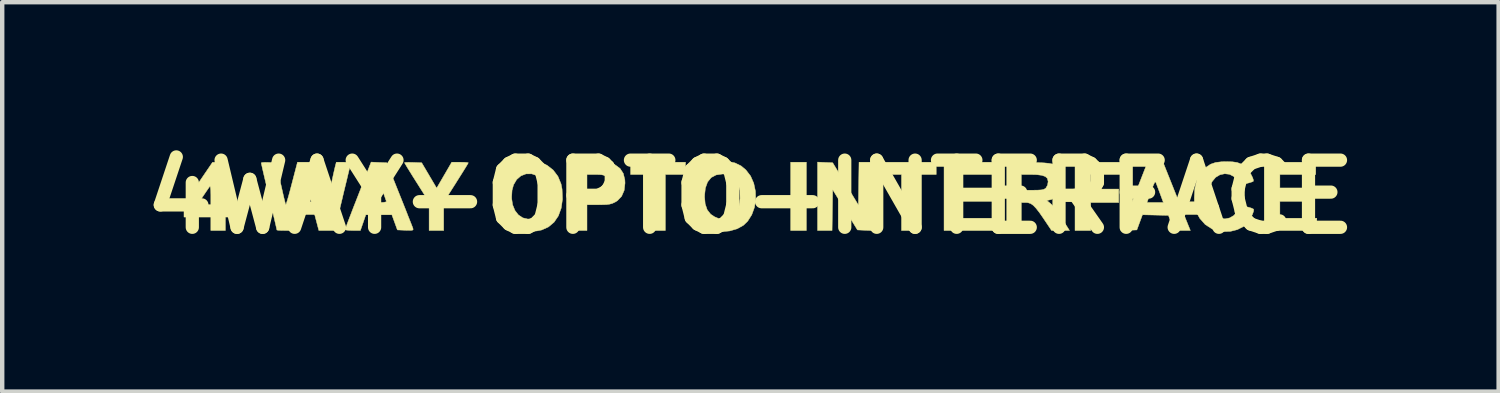
<source format=kicad_pcb>
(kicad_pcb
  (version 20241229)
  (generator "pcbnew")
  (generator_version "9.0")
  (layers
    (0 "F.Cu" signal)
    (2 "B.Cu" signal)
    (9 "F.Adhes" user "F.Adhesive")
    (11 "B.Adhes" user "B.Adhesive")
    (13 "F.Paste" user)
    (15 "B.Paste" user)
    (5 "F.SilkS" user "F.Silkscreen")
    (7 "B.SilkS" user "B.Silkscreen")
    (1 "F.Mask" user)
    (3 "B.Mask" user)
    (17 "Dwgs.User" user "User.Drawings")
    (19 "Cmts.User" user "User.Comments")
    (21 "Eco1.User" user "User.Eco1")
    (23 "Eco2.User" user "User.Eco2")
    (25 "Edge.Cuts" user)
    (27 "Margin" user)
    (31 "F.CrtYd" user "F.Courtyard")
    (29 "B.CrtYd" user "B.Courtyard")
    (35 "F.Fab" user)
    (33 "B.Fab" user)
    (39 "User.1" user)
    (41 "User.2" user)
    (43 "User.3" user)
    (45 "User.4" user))
  (footprint "4WAY-OPTO-INTERFACE"
    (layer "F.Cu")
    (at 13.977 1.418)
    (property "Reference" "4WAY-OPTO-INTERFACE" (at 0 0 0) (layer "F.SilkS") (effects (font (size 1.524 1.524) (thickness 0.3))))
    (attr through_hole)
    (fp_poly (pts (xy 1.27 0.762) (xy 0.914 0.762) (xy 0.914 -0.787) (xy 1.27 -0.787) (xy 1.27 0.762)) (stroke (width 0.01) (type solid)) (fill yes) (layer "F.SilkS"))
    (fp_poly (pts (xy -1.473 -0.508) (xy -1.93 -0.508) (xy -1.93 0.762) (xy -2.261 0.762) (xy -2.261 -0.508) (xy -2.718 -0.508) (xy -2.718 -0.787) (xy -1.473 -0.787) (xy -1.473 -0.508)) (stroke (width 0.01) (type solid)) (fill yes) (layer "F.SilkS"))
    (fp_poly (pts (xy 4.216 -0.508) (xy 3.759 -0.508) (xy 3.759 0.762) (xy 3.429 0.762) (xy 3.429 -0.508) (xy 2.972 -0.508) (xy 2.972 -0.787) (xy 4.216 -0.787) (xy 4.216 -0.508)) (stroke (width 0.01) (type solid)) (fill yes) (layer "F.SilkS"))
    (fp_poly (pts (xy 8.458 -0.508) (xy 7.722 -0.508) (xy 7.722 -0.178) (xy 8.357 -0.178) (xy 8.357 0.127) (xy 7.722 0.127) (xy 7.722 0.762) (xy 7.366 0.762) (xy 7.366 -0.787) (xy 8.458 -0.787) (xy 8.458 -0.508)) (stroke (width 0.01) (type solid)) (fill yes) (layer "F.SilkS"))
    (fp_poly (pts (xy 5.563 -0.508) (xy 4.724 -0.508) (xy 4.724 -0.203) (xy 5.486 -0.203) (xy 5.486 0.102) (xy 4.724 0.102) (xy 4.724 0.483) (xy 5.588 0.483) (xy 5.588 0.762) (xy 4.394 0.762) (xy 4.394 -0.787) (xy 5.563 -0.787) (xy 5.563 -0.508)) (stroke (width 0.01) (type solid)) (fill yes) (layer "F.SilkS"))
    (fp_poly (pts (xy 12.827 -0.508) (xy 12.014 -0.508) (xy 12.014 -0.203) (xy 12.776 -0.203) (xy 12.776 0.102) (xy 12.014 0.102) (xy 12.014 0.483) (xy 12.852 0.483) (xy 12.852 0.762) (xy 11.659 0.762) (xy 11.659 -0.787) (xy 12.827 -0.787) (xy 12.827 -0.508)) (stroke (width 0.01) (type solid)) (fill yes) (layer "F.SilkS"))
    (fp_poly (pts (xy 1.695 -0.782) (xy 1.867 -0.775) (xy 2.159 -0.295) (xy 2.451 0.185) (xy 2.465 -0.787) (xy 2.769 -0.787) (xy 2.769 0.764) (xy 2.599 0.757) (xy 2.429 0.749) (xy 2.148 0.292) (xy 1.867 -0.165) (xy 1.86 0.299) (xy 1.853 0.762) (xy 1.524 0.762) (xy 1.524 -0.79) (xy 1.695 -0.782)) (stroke (width 0.01) (type solid)) (fill yes) (layer "F.SilkS"))
    (fp_poly (pts (xy -6.498 -0.786) (xy -6.432 -0.781) (xy -6.401 -0.775) (xy -6.401 -0.774) (xy -6.414 -0.749) (xy -6.45 -0.689) (xy -6.506 -0.598) (xy -6.577 -0.485) (xy -6.659 -0.355) (xy -6.68 -0.321) (xy -6.96 0.119) (xy -6.96 0.762) (xy -7.29 0.762) (xy -7.29 0.12) (xy -7.569 -0.322) (xy -7.653 -0.455) (xy -7.727 -0.574) (xy -7.787 -0.671) (xy -7.828 -0.74) (xy -7.848 -0.774) (xy -7.849 -0.777) (xy -7.825 -0.782) (xy -7.763 -0.784) (xy -7.675 -0.783) (xy -7.654 -0.782) (xy -7.459 -0.775) (xy -7.289 -0.487) (xy -7.119 -0.199) (xy -6.948 -0.493) (xy -6.777 -0.787) (xy -6.589 -0.787) (xy -6.498 -0.786)) (stroke (width 0.01) (type solid)) (fill yes) (layer "F.SilkS"))
    (fp_poly (pts (xy -11.913 0.178) (xy -11.735 0.178) (xy -11.735 0.457) (xy -11.913 0.457) (xy -11.913 0.762) (xy -12.243 0.762) (xy -12.243 0.457) (xy -12.852 0.457) (xy -12.852 0.311) (xy -12.851 0.263) (xy -12.847 0.221) (xy -12.836 0.179) (xy -12.835 0.178) (xy -12.549 0.178) (xy -12.243 0.178) (xy -12.243 -0.043) (xy -12.245 -0.142) (xy -12.251 -0.211) (xy -12.26 -0.241) (xy -12.265 -0.24) (xy -12.288 -0.209) (xy -12.331 -0.147) (xy -12.388 -0.064) (xy -12.418 -0.019) (xy -12.549 0.178) (xy -12.835 0.178) (xy -12.814 0.129) (xy -12.778 0.065) (xy -12.724 -0.02) (xy -12.649 -0.132) (xy -12.55 -0.278) (xy -12.528 -0.31) (xy -12.205 -0.785) (xy -12.059 -0.786) (xy -11.913 -0.787) (xy -11.913 0.178)) (stroke (width 0.01) (type solid)) (fill yes) (layer "F.SilkS"))
    (fp_poly (pts (xy 9.639 -0.096) (xy 9.711 0.084) (xy 9.778 0.253) (xy 9.838 0.403) (xy 9.888 0.528) (xy 9.925 0.62) (xy 9.947 0.674) (xy 9.949 0.679) (xy 9.983 0.762) (xy 9.612 0.762) (xy 9.486 0.419) (xy 9.191 0.412) (xy 8.896 0.405) (xy 8.769 0.749) (xy 8.589 0.757) (xy 8.408 0.764) (xy 8.465 0.617) (xy 8.489 0.553) (xy 8.529 0.45) (xy 8.581 0.316) (xy 8.642 0.159) (xy 8.655 0.127) (xy 8.998 0.127) (xy 9.371 0.127) (xy 9.298 -0.07) (xy 9.261 -0.169) (xy 9.228 -0.256) (xy 9.206 -0.315) (xy 9.203 -0.323) (xy 9.191 -0.341) (xy 9.176 -0.332) (xy 9.154 -0.291) (xy 9.121 -0.211) (xy 9.09 -0.126) (xy 8.998 0.127) (xy 8.655 0.127) (xy 8.709 -0.011) (xy 8.764 -0.152) (xy 9.007 -0.775) (xy 9.362 -0.789) (xy 9.639 -0.096)) (stroke (width 0.01) (type solid)) (fill yes) (layer "F.SilkS"))
    (fp_poly (pts (xy -3.452 -0.787) (xy -3.334 -0.785) (xy -3.249 -0.78) (xy -3.187 -0.772) (xy -3.139 -0.759) (xy -3.096 -0.741) (xy -3.071 -0.728) (xy -2.957 -0.644) (xy -2.884 -0.532) (xy -2.849 -0.389) (xy -2.845 -0.315) (xy -2.864 -0.149) (xy -2.922 -0.015) (xy -3.018 0.086) (xy -3.072 0.119) (xy -3.132 0.147) (xy -3.193 0.164) (xy -3.269 0.174) (xy -3.376 0.177) (xy -3.446 0.178) (xy -3.708 0.178) (xy -3.708 0.762) (xy -4.039 0.762) (xy -4.039 -0.508) (xy -3.708 -0.508) (xy -3.708 -0.102) (xy -3.516 -0.102) (xy -3.415 -0.103) (xy -3.35 -0.111) (xy -3.305 -0.128) (xy -3.265 -0.16) (xy -3.249 -0.176) (xy -3.202 -0.236) (xy -3.176 -0.293) (xy -3.175 -0.305) (xy -3.192 -0.357) (xy -3.235 -0.419) (xy -3.249 -0.434) (xy -3.291 -0.472) (xy -3.333 -0.494) (xy -3.389 -0.505) (xy -3.476 -0.508) (xy -3.516 -0.508) (xy -3.708 -0.508) (xy -4.039 -0.508) (xy -4.039 -0.787) (xy -3.611 -0.787) (xy -3.452 -0.787)) (stroke (width 0.01) (type solid)) (fill yes) (layer "F.SilkS"))
    (fp_poly (pts (xy 6.318 -0.783) (xy 6.512 -0.779) (xy 6.663 -0.772) (xy 6.776 -0.761) (xy 6.86 -0.745) (xy 6.922 -0.72) (xy 6.968 -0.687) (xy 7.007 -0.641) (xy 7.031 -0.604) (xy 7.085 -0.477) (xy 7.099 -0.343) (xy 7.078 -0.213) (xy 7.025 -0.096) (xy 6.943 -0.004) (xy 6.836 0.056) (xy 6.804 0.064) (xy 6.724 0.082) (xy 6.801 0.143) (xy 6.85 0.189) (xy 6.91 0.262) (xy 6.985 0.367) (xy 7.079 0.509) (xy 7.172 0.654) (xy 7.24 0.762) (xy 6.834 0.762) (xy 6.657 0.498) (xy 6.561 0.359) (xy 6.483 0.259) (xy 6.418 0.191) (xy 6.358 0.15) (xy 6.298 0.131) (xy 6.245 0.127) (xy 6.147 0.127) (xy 6.147 0.762) (xy 5.817 0.762) (xy 5.817 -0.508) (xy 6.147 -0.508) (xy 6.147 -0.152) (xy 6.401 -0.152) (xy 6.521 -0.154) (xy 6.601 -0.159) (xy 6.653 -0.169) (xy 6.688 -0.188) (xy 6.706 -0.203) (xy 6.743 -0.268) (xy 6.756 -0.348) (xy 6.74 -0.417) (xy 6.737 -0.422) (xy 6.691 -0.463) (xy 6.614 -0.49) (xy 6.499 -0.505) (xy 6.377 -0.508) (xy 6.147 -0.508) (xy 5.817 -0.508) (xy 5.817 -0.791) (xy 6.318 -0.783)) (stroke (width 0.01) (type solid)) (fill yes) (layer "F.SilkS"))
    (fp_poly (pts (xy -0.513 -0.805) (xy -0.35 -0.771) (xy -0.211 -0.703) (xy -0.103 -0.613) (xy 0.004 -0.474) (xy 0.076 -0.31) (xy 0.114 -0.13) (xy 0.12 0.055) (xy 0.092 0.237) (xy 0.031 0.405) (xy -0.061 0.55) (xy -0.158 0.644) (xy -0.3 0.723) (xy -0.469 0.772) (xy -0.65 0.789) (xy -0.83 0.771) (xy -0.951 0.736) (xy -1.101 0.651) (xy -1.228 0.528) (xy -1.322 0.376) (xy -1.324 0.371) (xy -1.361 0.25) (xy -1.382 0.1) (xy -1.384 -0.012) (xy -1.041 -0.012) (xy -1.026 0.159) (xy -0.98 0.293) (xy -0.901 0.393) (xy -0.814 0.451) (xy -0.733 0.485) (xy -0.66 0.505) (xy -0.635 0.508) (xy -0.573 0.497) (xy -0.493 0.468) (xy -0.457 0.451) (xy -0.36 0.387) (xy -0.294 0.302) (xy -0.254 0.189) (xy -0.234 0.037) (xy -0.234 0.035) (xy -0.238 -0.148) (xy -0.277 -0.297) (xy -0.348 -0.409) (xy -0.45 -0.483) (xy -0.582 -0.518) (xy -0.633 -0.52) (xy -0.777 -0.499) (xy -0.89 -0.439) (xy -0.972 -0.338) (xy -1.022 -0.199) (xy -1.041 -0.021) (xy -1.041 -0.012) (xy -1.384 -0.012) (xy -1.386 -0.06) (xy -1.373 -0.214) (xy -1.344 -0.344) (xy -1.33 -0.382) (xy -1.232 -0.55) (xy -1.109 -0.675) (xy -0.959 -0.758) (xy -0.777 -0.801) (xy -0.709 -0.807) (xy -0.513 -0.805)) (stroke (width 0.01) (type solid)) (fill yes) (layer "F.SilkS"))
    (fp_poly (pts (xy -4.866 -0.805) (xy -4.784 -0.79) (xy -4.616 -0.719) (xy -4.475 -0.609) (xy -4.367 -0.466) (xy -4.296 -0.294) (xy -4.273 -0.175) (xy -4.264 0.052) (xy -4.293 0.254) (xy -4.357 0.43) (xy -4.455 0.574) (xy -4.584 0.682) (xy -4.735 0.75) (xy -4.839 0.771) (xy -4.966 0.782) (xy -5.095 0.784) (xy -5.208 0.775) (xy -5.258 0.764) (xy -5.398 0.7) (xy -5.529 0.603) (xy -5.638 0.485) (xy -5.711 0.358) (xy -5.718 0.341) (xy -5.738 0.251) (xy -5.749 0.129) (xy -5.752 0.023) (xy -5.419 0.023) (xy -5.396 0.178) (xy -5.343 0.308) (xy -5.265 0.408) (xy -5.165 0.475) (xy -5.048 0.503) (xy -4.919 0.488) (xy -4.839 0.457) (xy -4.734 0.386) (xy -4.663 0.288) (xy -4.623 0.156) (xy -4.61 -0.013) (xy -4.62 -0.175) (xy -4.653 -0.299) (xy -4.712 -0.393) (xy -4.802 -0.464) (xy -4.827 -0.478) (xy -4.962 -0.524) (xy -5.091 -0.523) (xy -5.207 -0.478) (xy -5.304 -0.394) (xy -5.374 -0.275) (xy -5.408 -0.152) (xy -5.419 0.023) (xy -5.752 0.023) (xy -5.753 -0.009) (xy -5.748 -0.147) (xy -5.735 -0.272) (xy -5.715 -0.366) (xy -5.706 -0.388) (xy -5.634 -0.508) (xy -5.533 -0.623) (xy -5.42 -0.715) (xy -5.374 -0.743) (xy -5.273 -0.778) (xy -5.142 -0.801) (xy -5 -0.81) (xy -4.866 -0.805)) (stroke (width 0.01) (type solid)) (fill yes) (layer "F.SilkS"))
    (fp_poly (pts (xy -8.428 -0.782) (xy -8.25 -0.775) (xy -7.96 -0.051) (xy -7.887 0.131) (xy -7.82 0.299) (xy -7.762 0.448) (xy -7.713 0.57) (xy -7.678 0.659) (xy -7.659 0.71) (xy -7.656 0.719) (xy -7.653 0.742) (xy -7.669 0.755) (xy -7.714 0.759) (xy -7.798 0.758) (xy -7.825 0.757) (xy -8.01 0.749) (xy -8.135 0.406) (xy -8.727 0.406) (xy -8.788 0.584) (xy -8.85 0.762) (xy -9.022 0.762) (xy -9.109 0.759) (xy -9.17 0.752) (xy -9.195 0.742) (xy -9.195 0.741) (xy -9.186 0.713) (xy -9.161 0.644) (xy -9.123 0.541) (xy -9.073 0.412) (xy -9.016 0.263) (xy -8.977 0.163) (xy -8.95 0.095) (xy -8.605 0.095) (xy -8.597 0.113) (xy -8.553 0.123) (xy -8.466 0.127) (xy -8.433 0.127) (xy -8.333 0.125) (xy -8.278 0.116) (xy -8.26 0.101) (xy -8.261 0.095) (xy -8.275 0.058) (xy -8.3 -0.014) (xy -8.333 -0.108) (xy -8.347 -0.146) (xy -8.381 -0.24) (xy -8.41 -0.312) (xy -8.429 -0.351) (xy -8.433 -0.356) (xy -8.447 -0.333) (xy -8.472 -0.274) (xy -8.505 -0.188) (xy -8.52 -0.146) (xy -8.554 -0.048) (xy -8.583 0.034) (xy -8.602 0.086) (xy -8.605 0.095) (xy -8.95 0.095) (xy -8.91 -0.008) (xy -8.844 -0.177) (xy -8.784 -0.332) (xy -8.732 -0.464) (xy -8.694 -0.563) (xy -8.683 -0.592) (xy -8.606 -0.79) (xy -8.428 -0.782)) (stroke (width 0.01) (type solid)) (fill yes) (layer "F.SilkS"))
    (fp_poly (pts (xy 10.937 -0.796) (xy 11.044 -0.781) (xy 11.127 -0.75) (xy 11.203 -0.699) (xy 11.263 -0.644) (xy 11.313 -0.584) (xy 11.359 -0.511) (xy 11.395 -0.439) (xy 11.414 -0.381) (xy 11.41 -0.353) (xy 11.377 -0.339) (xy 11.313 -0.319) (xy 11.238 -0.3) (xy 11.169 -0.285) (xy 11.129 -0.279) (xy 11.102 -0.299) (xy 11.064 -0.349) (xy 11.052 -0.37) (xy 10.972 -0.461) (xy 10.873 -0.513) (xy 10.764 -0.526) (xy 10.655 -0.503) (xy 10.556 -0.444) (xy 10.478 -0.35) (xy 10.451 -0.292) (xy 10.425 -0.185) (xy 10.415 -0.053) (xy 10.42 0.087) (xy 10.439 0.216) (xy 10.472 0.317) (xy 10.48 0.332) (xy 10.56 0.427) (xy 10.659 0.482) (xy 10.768 0.499) (xy 10.875 0.477) (xy 10.972 0.42) (xy 11.047 0.327) (xy 11.076 0.261) (xy 11.104 0.201) (xy 11.136 0.187) (xy 11.144 0.189) (xy 11.191 0.204) (xy 11.265 0.225) (xy 11.294 0.232) (xy 11.364 0.253) (xy 11.41 0.274) (xy 11.419 0.281) (xy 11.418 0.321) (xy 11.395 0.388) (xy 11.356 0.469) (xy 11.307 0.55) (xy 11.286 0.579) (xy 11.184 0.674) (xy 11.049 0.742) (xy 10.895 0.781) (xy 10.731 0.788) (xy 10.572 0.762) (xy 10.477 0.727) (xy 10.32 0.626) (xy 10.197 0.487) (xy 10.131 0.368) (xy 10.1 0.287) (xy 10.082 0.2) (xy 10.074 0.09) (xy 10.073 0.013) (xy 10.084 -0.186) (xy 10.12 -0.349) (xy 10.184 -0.487) (xy 10.252 -0.582) (xy 10.347 -0.678) (xy 10.443 -0.742) (xy 10.556 -0.781) (xy 10.696 -0.798) (xy 10.795 -0.8) (xy 10.937 -0.796)) (stroke (width 0.01) (type solid)) (fill yes) (layer "F.SilkS"))
    (fp_poly (pts (xy -10.08 -0.787) (xy -9.883 -0.787) (xy -9.86 -0.705) (xy -9.847 -0.652) (xy -9.824 -0.561) (xy -9.794 -0.441) (xy -9.76 -0.304) (xy -9.739 -0.222) (xy -9.705 -0.088) (xy -9.675 0.027) (xy -9.649 0.115) (xy -9.632 0.167) (xy -9.626 0.178) (xy -9.615 0.154) (xy -9.597 0.09) (xy -9.573 -0.008) (xy -9.545 -0.13) (xy -9.528 -0.21) (xy -9.497 -0.352) (xy -9.469 -0.483) (xy -9.444 -0.594) (xy -9.426 -0.671) (xy -9.421 -0.692) (xy -9.396 -0.787) (xy -9.229 -0.787) (xy -9.139 -0.786) (xy -9.09 -0.779) (xy -9.072 -0.765) (xy -9.073 -0.743) (xy -9.082 -0.708) (xy -9.101 -0.63) (xy -9.129 -0.515) (xy -9.163 -0.371) (xy -9.204 -0.204) (xy -9.248 -0.021) (xy -9.26 0.032) (xy -9.436 0.762) (xy -9.614 0.762) (xy -9.792 0.762) (xy -9.93 0.24) (xy -9.971 0.085) (xy -10.009 -0.052) (xy -10.041 -0.165) (xy -10.066 -0.246) (xy -10.08 -0.287) (xy -10.082 -0.291) (xy -10.093 -0.271) (xy -10.114 -0.208) (xy -10.143 -0.109) (xy -10.179 0.017) (xy -10.219 0.166) (xy -10.237 0.231) (xy -10.376 0.762) (xy -10.56 0.762) (xy -10.649 0.761) (xy -10.715 0.757) (xy -10.744 0.751) (xy -10.744 0.751) (xy -10.75 0.724) (xy -10.766 0.654) (xy -10.791 0.547) (xy -10.823 0.409) (xy -10.862 0.246) (xy -10.905 0.065) (xy -10.922 -0.007) (xy -10.966 -0.195) (xy -11.007 -0.366) (xy -11.042 -0.515) (xy -11.07 -0.636) (xy -11.089 -0.722) (xy -11.099 -0.767) (xy -11.1 -0.772) (xy -11.077 -0.78) (xy -11.016 -0.784) (xy -10.931 -0.782) (xy -10.929 -0.782) (xy -10.759 -0.775) (xy -10.657 -0.298) (xy -10.624 -0.151) (xy -10.595 -0.022) (xy -10.57 0.081) (xy -10.552 0.15) (xy -10.542 0.178) (xy -10.541 0.178) (xy -10.531 0.154) (xy -10.511 0.089) (xy -10.482 -0.01) (xy -10.447 -0.137) (xy -10.409 -0.283) (xy -10.403 -0.305) (xy -10.277 -0.787) (xy -10.08 -0.787)) (stroke (width 0.01) (type solid)) (fill yes) (layer "F.SilkS")))
  (gr_rect
    (start -3 -3)
    (end 30.955 5.836)
    (stroke (width 0.1) (type default))
    (fill no)
    (layer "Edge.Cuts")))
</source>
